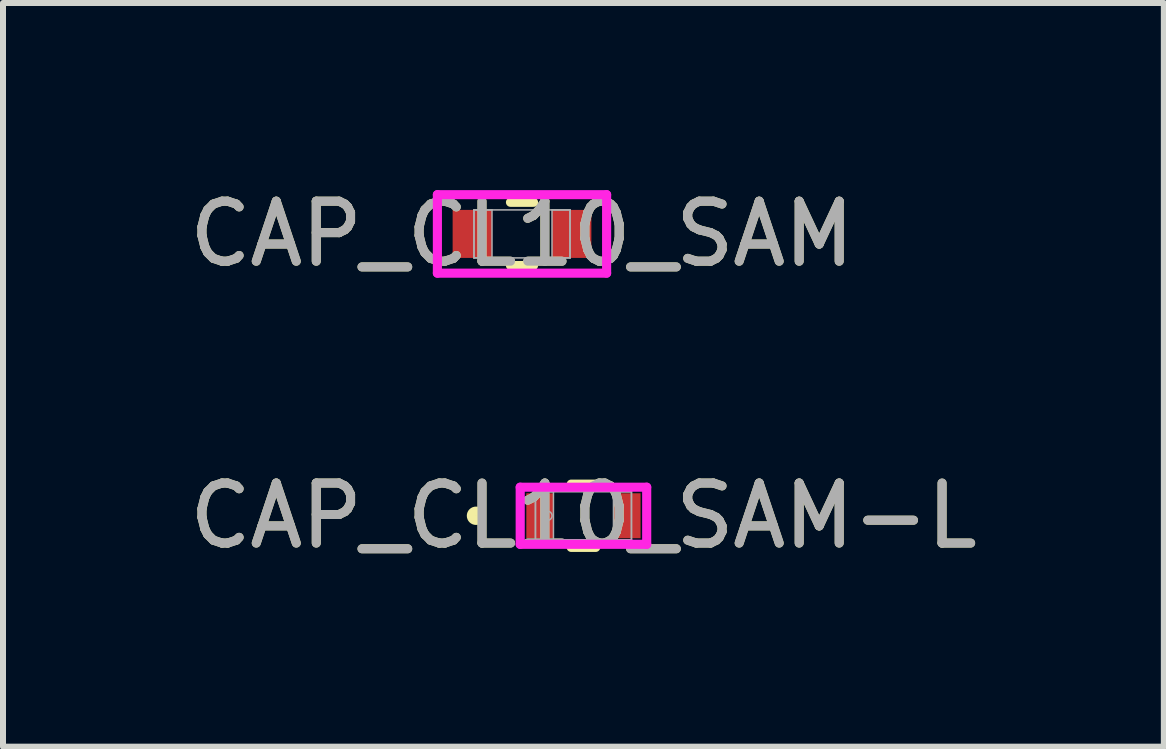
<source format=kicad_pcb>
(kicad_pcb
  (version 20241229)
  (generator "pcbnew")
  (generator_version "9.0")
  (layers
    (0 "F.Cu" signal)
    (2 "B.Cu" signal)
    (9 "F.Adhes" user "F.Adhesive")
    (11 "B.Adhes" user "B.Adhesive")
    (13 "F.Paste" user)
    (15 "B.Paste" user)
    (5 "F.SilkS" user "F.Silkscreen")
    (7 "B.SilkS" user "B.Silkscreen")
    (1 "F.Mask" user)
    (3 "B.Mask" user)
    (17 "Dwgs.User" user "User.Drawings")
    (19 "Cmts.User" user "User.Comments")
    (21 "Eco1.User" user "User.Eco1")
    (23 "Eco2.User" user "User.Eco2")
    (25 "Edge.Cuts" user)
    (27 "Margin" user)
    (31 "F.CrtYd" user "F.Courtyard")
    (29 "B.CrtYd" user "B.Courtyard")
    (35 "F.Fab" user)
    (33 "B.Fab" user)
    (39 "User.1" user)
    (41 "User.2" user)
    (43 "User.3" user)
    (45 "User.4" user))
  (footprint "CAP_CL10_SAM-L"
    (layer "F.Cu")
    (at 6.673 5.545)
    (property "Reference" "CAP_CL10_SAM-L" (at 0 0 0) (unlocked yes) (layer "F.SilkS") (effects (font (size 1 1) (thickness 0.15))))
    (attr smd)
    (fp_line (start -0.204 0.527) (end 0.204 0.527) (stroke (width 0.152) (type solid)) (layer "F.SilkS"))
    (fp_line (start 0.204 -0.527) (end -0.204 -0.527) (stroke (width 0.152) (type solid)) (layer "F.SilkS"))
    (fp_circle (center -1.791 0) (end -1.714 0) (stroke (width 0.152) (type solid)) (fill no) (layer "F.SilkS"))
    (fp_line (start -1.054 -0.476) (end 1.054 -0.476) (stroke (width 0.152) (type solid)) (layer "F.CrtYd"))
    (fp_line (start -1.054 0.476) (end -1.054 -0.476) (stroke (width 0.152) (type solid)) (layer "F.CrtYd"))
    (fp_line (start 1.054 -0.476) (end 1.054 0.476) (stroke (width 0.152) (type solid)) (layer "F.CrtYd"))
    (fp_line (start 1.054 0.476) (end -1.054 0.476) (stroke (width 0.152) (type solid)) (layer "F.CrtYd"))
    (fp_line (start -0.8 -0.4) (end -0.8 0.4) (stroke (width 0.025) (type solid)) (layer "F.Fab"))
    (fp_line (start -0.8 -0.4) (end -0.8 0.4) (stroke (width 0.025) (type solid)) (layer "F.Fab"))
    (fp_line (start -0.8 0.4) (end -0.5 0.4) (stroke (width 0.025) (type solid)) (layer "F.Fab"))
    (fp_line (start -0.8 0.4) (end 0.8 0.4) (stroke (width 0.025) (type solid)) (layer "F.Fab"))
    (fp_line (start -0.5 -0.4) (end -0.8 -0.4) (stroke (width 0.025) (type solid)) (layer "F.Fab"))
    (fp_line (start -0.5 0.4) (end -0.5 -0.4) (stroke (width 0.025) (type solid)) (layer "F.Fab"))
    (fp_line (start 0.5 -0.4) (end 0.5 0.4) (stroke (width 0.025) (type solid)) (layer "F.Fab"))
    (fp_line (start 0.5 0.4) (end 0.8 0.4) (stroke (width 0.025) (type solid)) (layer "F.Fab"))
    (fp_line (start 0.8 -0.4) (end -0.8 -0.4) (stroke (width 0.025) (type solid)) (layer "F.Fab"))
    (fp_line (start 0.8 -0.4) (end 0.5 -0.4) (stroke (width 0.025) (type solid)) (layer "F.Fab"))
    (fp_line (start 0.8 0.4) (end 0.8 -0.4) (stroke (width 0.025) (type solid)) (layer "F.Fab"))
    (fp_line (start 0.8 0.4) (end 0.8 -0.4) (stroke (width 0.025) (type solid)) (layer "F.Fab"))
    (fp_circle (center -0.599 0) (end -0.523 0) (stroke (width 0.025) (type solid)) (fill no) (layer "F.Fab"))
    (fp_text user "${REFERENCE}" (at 0 0 0) (unlocked yes) (layer "F.Fab") (effects (font (size 1 1) (thickness 0.15))))
    (pad "1" smd rect (at -0.726 0) (size 0.452 0.749) (layers "F.Cu" "F.Mask" "F.Paste"))
    (pad "2" smd rect (at 0.726 0) (size 0.452 0.749) (layers "F.Cu" "F.Mask" "F.Paste"))
    (zone (net_name "") (layer "F.Cu") (hatch full 0.508) (connect_pads) (min_thickness 0.254) (filled_areas_thickness no) (keepout (tracks not_allowed) (vias not_allowed) (pads allowed) (copperpour not_allowed) (footprints allowed)) (placement (enabled no)) (fill) (polygon (pts (xy 6.223 5.196) (xy 7.122 5.196) (xy 7.122 5.894) (xy 6.223 5.894)))))
  (footprint "CAP_CL10_SAM"
    (layer "F.Cu")
    (at 5.649 0.848)
    (property "Reference" "CAP_CL10_SAM" (at 0 0 0) (unlocked yes) (layer "F.SilkS") (effects (font (size 1 1) (thickness 0.15))))
    (attr smd)
    (fp_line (start -0.192 0.527) (end 0.192 0.527) (stroke (width 0.152) (type solid)) (layer "F.SilkS"))
    (fp_line (start 0.192 -0.527) (end -0.192 -0.527) (stroke (width 0.152) (type solid)) (layer "F.SilkS"))
    (fp_line (start -1.41 -0.654) (end 1.41 -0.654) (stroke (width 0.152) (type solid)) (layer "F.CrtYd"))
    (fp_line (start -1.41 0.654) (end -1.41 -0.654) (stroke (width 0.152) (type solid)) (layer "F.CrtYd"))
    (fp_line (start 1.41 -0.654) (end 1.41 0.654) (stroke (width 0.152) (type solid)) (layer "F.CrtYd"))
    (fp_line (start 1.41 0.654) (end -1.41 0.654) (stroke (width 0.152) (type solid)) (layer "F.CrtYd"))
    (fp_line (start -0.8 -0.4) (end -0.8 0.4) (stroke (width 0.025) (type solid)) (layer "F.Fab"))
    (fp_line (start -0.8 -0.4) (end -0.8 0.4) (stroke (width 0.025) (type solid)) (layer "F.Fab"))
    (fp_line (start -0.8 0.4) (end -0.5 0.4) (stroke (width 0.025) (type solid)) (layer "F.Fab"))
    (fp_line (start -0.8 0.4) (end 0.8 0.4) (stroke (width 0.025) (type solid)) (layer "F.Fab"))
    (fp_line (start -0.5 -0.4) (end -0.8 -0.4) (stroke (width 0.025) (type solid)) (layer "F.Fab"))
    (fp_line (start -0.5 0.4) (end -0.5 -0.4) (stroke (width 0.025) (type solid)) (layer "F.Fab"))
    (fp_line (start 0.5 -0.4) (end 0.5 0.4) (stroke (width 0.025) (type solid)) (layer "F.Fab"))
    (fp_line (start 0.5 0.4) (end 0.8 0.4) (stroke (width 0.025) (type solid)) (layer "F.Fab"))
    (fp_line (start 0.8 -0.4) (end -0.8 -0.4) (stroke (width 0.025) (type solid)) (layer "F.Fab"))
    (fp_line (start 0.8 -0.4) (end 0.5 -0.4) (stroke (width 0.025) (type solid)) (layer "F.Fab"))
    (fp_line (start 0.8 0.4) (end 0.8 -0.4) (stroke (width 0.025) (type solid)) (layer "F.Fab"))
    (fp_line (start 0.8 0.4) (end 0.8 -0.4) (stroke (width 0.025) (type solid)) (layer "F.Fab"))
    (fp_circle (center -0.701 0) (end -0.701 0) (stroke (width 0.025) (type solid)) (fill no) (layer "F.Fab"))
    (fp_text user "${REFERENCE}" (at 0 0 0) (unlocked yes) (layer "F.Fab") (effects (font (size 1 1) (thickness 0.15))))
    (pad "1" smd rect (at -0.828 0) (size 0.656 0.8) (layers "F.Cu" "F.Mask" "F.Paste"))
    (pad "2" smd rect (at 0.828 0) (size 0.656 0.8) (layers "F.Cu" "F.Mask" "F.Paste"))
    (zone (net_name "") (layer "F.Cu") (hatch full 0.508) (connect_pads) (min_thickness 0.254) (filled_areas_thickness no) (keepout (tracks not_allowed) (vias not_allowed) (pads allowed) (copperpour not_allowed) (footprints allowed)) (placement (enabled no)) (fill) (polygon (pts (xy 5.2 0.499) (xy 6.098 0.499) (xy 6.098 1.197) (xy 5.2 1.197)))))
  (gr_rect
    (start -3 -3)
    (end 16.345 9.393)
    (stroke (width 0.1) (type default))
    (fill no)
    (layer "Edge.Cuts")))
</source>
